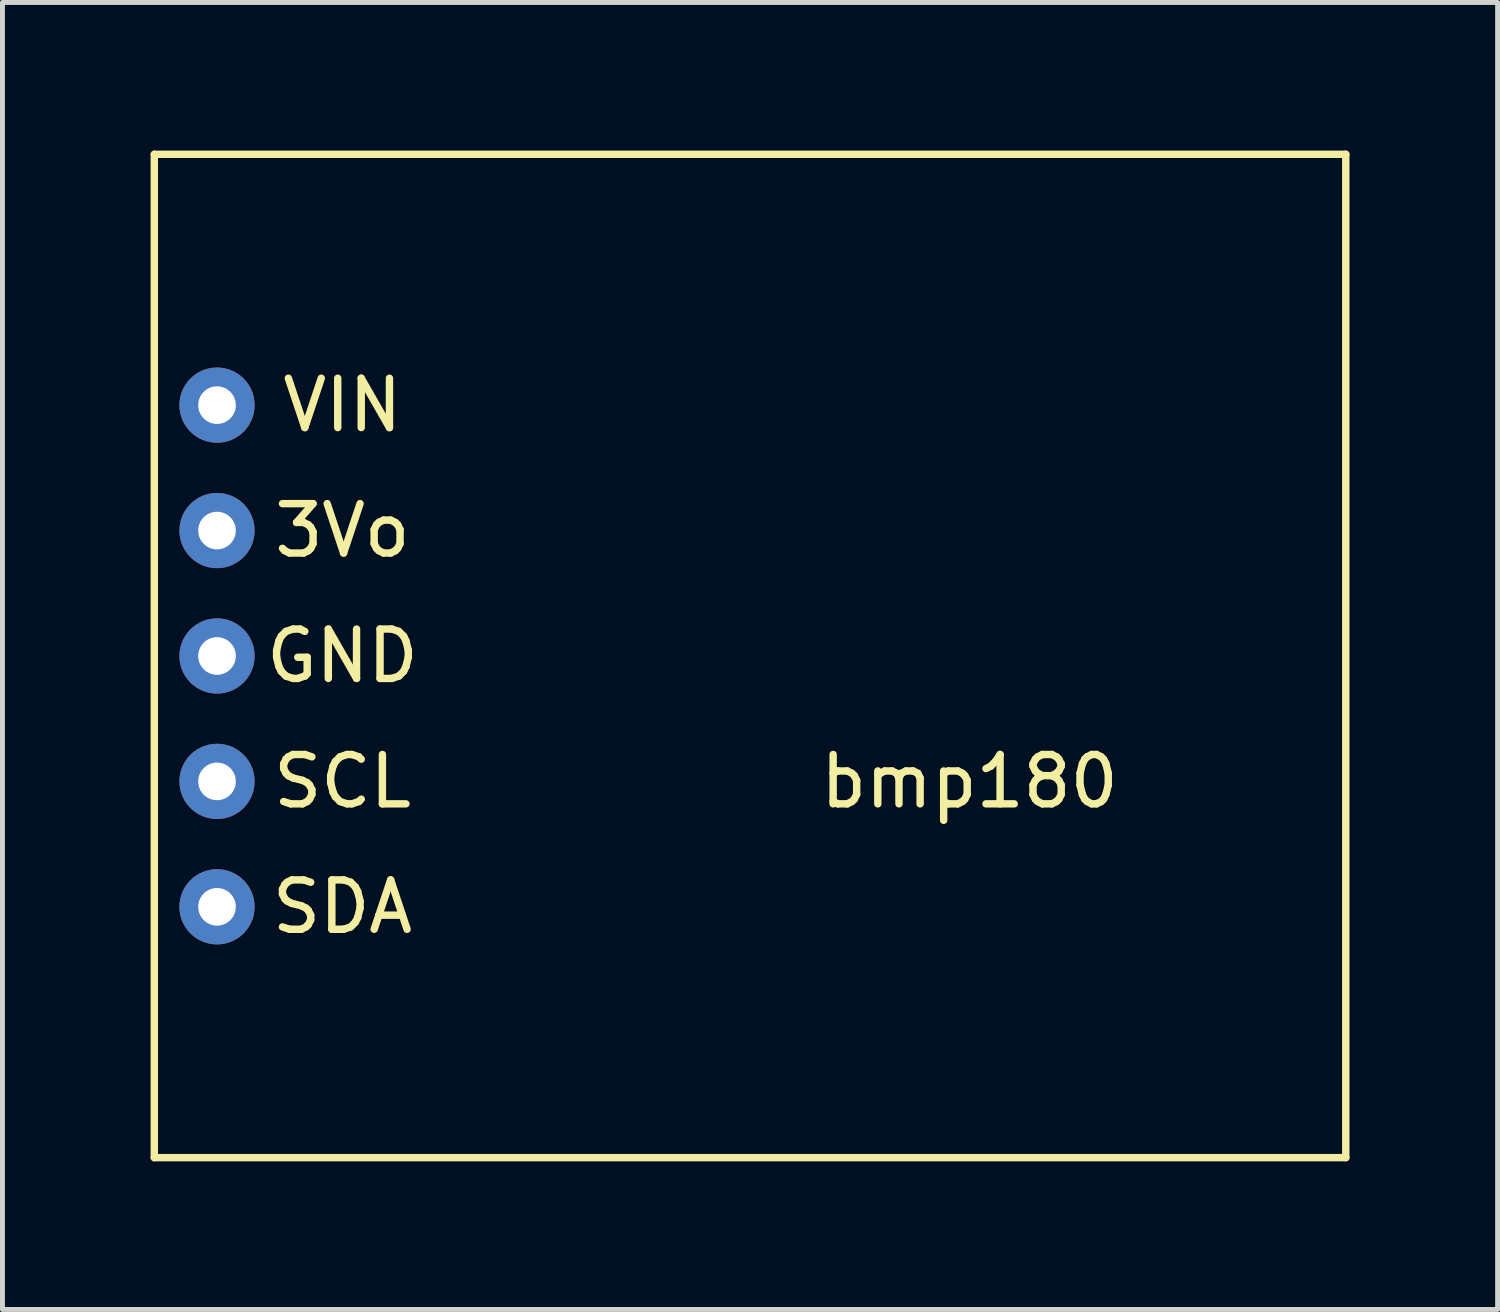
<source format=kicad_pcb>
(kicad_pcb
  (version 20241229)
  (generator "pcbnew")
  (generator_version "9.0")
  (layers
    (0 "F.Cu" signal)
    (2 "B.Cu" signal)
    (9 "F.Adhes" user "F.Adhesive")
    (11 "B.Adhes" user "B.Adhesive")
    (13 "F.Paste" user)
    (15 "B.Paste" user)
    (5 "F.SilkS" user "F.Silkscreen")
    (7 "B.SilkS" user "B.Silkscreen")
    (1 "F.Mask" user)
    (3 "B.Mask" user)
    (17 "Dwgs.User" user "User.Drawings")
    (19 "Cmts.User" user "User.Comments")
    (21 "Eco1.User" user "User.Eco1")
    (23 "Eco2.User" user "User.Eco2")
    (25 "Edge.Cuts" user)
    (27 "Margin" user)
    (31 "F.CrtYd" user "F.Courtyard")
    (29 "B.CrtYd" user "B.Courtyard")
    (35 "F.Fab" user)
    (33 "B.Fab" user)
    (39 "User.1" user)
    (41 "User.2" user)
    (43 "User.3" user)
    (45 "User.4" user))
  (footprint "bmp180"
    (layer "F.Cu")
    (at 1.345 10.235)
    (property "Reference" "bmp180" (at 15.24 2.54 0) (layer "F.SilkS") (effects (font (size 1 1) (thickness 0.15))))
    (attr through_hole)
    (fp_line (start -1.27 -10.16) (end -1.27 10.16) (stroke (width 0.15) (type solid)) (layer "F.SilkS"))
    (fp_line (start -1.27 10.16) (end 22.86 10.16) (stroke (width 0.15) (type solid)) (layer "F.SilkS"))
    (fp_line (start 22.86 -10.16) (end -1.27 -10.16) (stroke (width 0.15) (type solid)) (layer "F.SilkS"))
    (fp_line (start 22.86 10.16) (end 22.86 -10.16) (stroke (width 0.15) (type solid)) (layer "F.SilkS"))
    (fp_text user "SCL" (at 2.54 2.54 0) (layer "F.SilkS") (effects (font (size 1 1) (thickness 0.15))))
    (fp_text user "3Vo" (at 2.54 -2.54 0) (layer "F.SilkS") (effects (font (size 1 1) (thickness 0.15))))
    (fp_text user "SDA" (at 2.54 5.08 0) (layer "F.SilkS") (effects (font (size 1 1) (thickness 0.15))))
    (fp_text user "VIN" (at 2.54 -5.08 0) (layer "F.SilkS") (effects (font (size 1 1) (thickness 0.15))))
    (fp_text user "GND" (at 2.54 0 0) (layer "F.SilkS") (effects (font (size 1 1) (thickness 0.15))))
    (pad "1" thru_hole circle (at 0 -5.08) (size 1.524 1.524) (drill 0.762) (layers "*.Cu" "*.Mask"))
    (pad "2" thru_hole circle (at 0 -2.54) (size 1.524 1.524) (drill 0.762) (layers "*.Cu" "*.Mask"))
    (pad "3" thru_hole circle (at 0 0) (size 1.524 1.524) (drill 0.762) (layers "*.Cu" "*.Mask"))
    (pad "4" thru_hole circle (at 0 2.54) (size 1.524 1.524) (drill 0.762) (layers "*.Cu" "*.Mask"))
    (pad "5" thru_hole circle (at 0 5.08) (size 1.524 1.524) (drill 0.762) (layers "*.Cu" "*.Mask")))
  (gr_rect
    (start -3 -3)
    (end 27.28 23.47)
    (stroke (width 0.1) (type default))
    (fill no)
    (layer "Edge.Cuts")))
</source>
